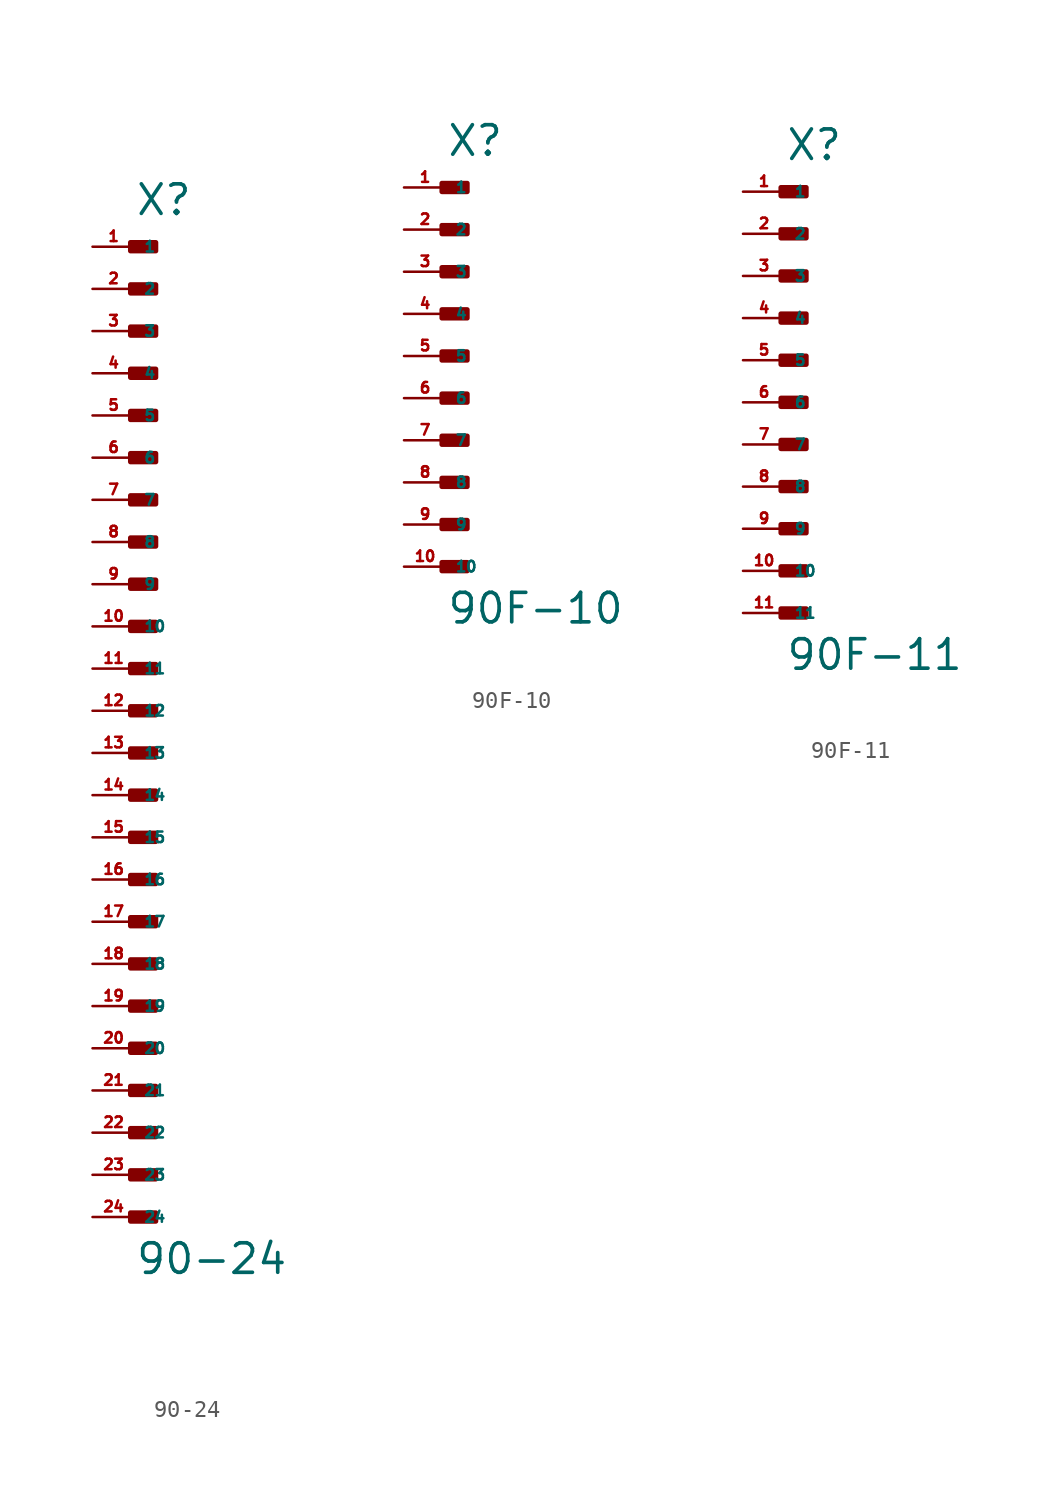
<source format=kicad_sym>
(kicad_symbol_lib
  (version 20220914)
  (generator Eagle2Kicad)
  (symbol "90-24"
    (property "Reference" "X"
      (at 0 29.718 0)
      (effects (font (size 1.778 1.778) (thickness 0.22)) (justify left bottom)))
    (property "Value" "90-24"
      (at 0 -34.036 0)
      (effects (font (size 1.778 1.778) (thickness 0.22)) (justify left bottom)))
    (rectangle
      (start -0.254 27.686)
      (end 1.27 28.194)
      (stroke (width 0.3) (type default))
      (fill (type outline)))
    (rectangle
      (start -0.254 25.146)
      (end 1.27 25.654)
      (stroke (width 0.3) (type default))
      (fill (type outline)))
    (rectangle
      (start -0.254 22.606)
      (end 1.27 23.114)
      (stroke (width 0.3) (type default))
      (fill (type outline)))
    (rectangle
      (start -0.254 20.066)
      (end 1.27 20.574)
      (stroke (width 0.3) (type default))
      (fill (type outline)))
    (rectangle
      (start -0.254 17.526)
      (end 1.27 18.034)
      (stroke (width 0.3) (type default))
      (fill (type outline)))
    (rectangle
      (start -0.254 14.986)
      (end 1.27 15.494)
      (stroke (width 0.3) (type default))
      (fill (type outline)))
    (rectangle
      (start -0.254 12.446)
      (end 1.27 12.954)
      (stroke (width 0.3) (type default))
      (fill (type outline)))
    (rectangle
      (start -0.254 9.906)
      (end 1.27 10.414)
      (stroke (width 0.3) (type default))
      (fill (type outline)))
    (rectangle
      (start -0.254 7.366)
      (end 1.27 7.874)
      (stroke (width 0.3) (type default))
      (fill (type outline)))
    (rectangle
      (start -0.254 4.826)
      (end 1.27 5.334)
      (stroke (width 0.3) (type default))
      (fill (type outline)))
    (rectangle
      (start -0.254 2.286)
      (end 1.27 2.794)
      (stroke (width 0.3) (type default))
      (fill (type outline)))
    (rectangle
      (start -0.254 -0.254)
      (end 1.27 0.254)
      (stroke (width 0.3) (type default))
      (fill (type outline)))
    (rectangle
      (start -0.254 -2.794)
      (end 1.27 -2.286)
      (stroke (width 0.3) (type default))
      (fill (type outline)))
    (rectangle
      (start -0.254 -5.334)
      (end 1.27 -4.826)
      (stroke (width 0.3) (type default))
      (fill (type outline)))
    (rectangle
      (start -0.254 -7.874)
      (end 1.27 -7.366)
      (stroke (width 0.3) (type default))
      (fill (type outline)))
    (rectangle
      (start -0.254 -10.414)
      (end 1.27 -9.906)
      (stroke (width 0.3) (type default))
      (fill (type outline)))
    (rectangle
      (start -0.254 -12.954)
      (end 1.27 -12.446)
      (stroke (width 0.3) (type default))
      (fill (type outline)))
    (rectangle
      (start -0.254 -15.494)
      (end 1.27 -14.986)
      (stroke (width 0.3) (type default))
      (fill (type outline)))
    (rectangle
      (start -0.254 -18.034)
      (end 1.27 -17.526)
      (stroke (width 0.3) (type default))
      (fill (type outline)))
    (rectangle
      (start -0.254 -20.574)
      (end 1.27 -20.066)
      (stroke (width 0.3) (type default))
      (fill (type outline)))
    (rectangle
      (start -0.254 -23.114)
      (end 1.27 -22.606)
      (stroke (width 0.3) (type default))
      (fill (type outline)))
    (rectangle
      (start -0.254 -25.654)
      (end 1.27 -25.146)
      (stroke (width 0.3) (type default))
      (fill (type outline)))
    (rectangle
      (start -0.254 -28.194)
      (end 1.27 -27.686)
      (stroke (width 0.3) (type default))
      (fill (type outline)))
    (rectangle
      (start -0.254 -30.734)
      (end 1.27 -30.226)
      (stroke (width 0.3) (type default))
      (fill (type outline)))
    (pin passive line
      (at -2.54 27.94 0)
      (length 2.54)
      (name "1" (effects (font (size 0.635 0.635) (thickness 0.08)) (justify left bottom)))
      (number "1" (effects (font (size 0.635 0.635) (thickness 0.08)) (justify left bottom))))
    (pin passive line
      (at -2.54 25.4 0)
      (length 2.54)
      (name "2" (effects (font (size 0.635 0.635) (thickness 0.08)) (justify left bottom)))
      (number "2" (effects (font (size 0.635 0.635) (thickness 0.08)) (justify left bottom))))
    (pin passive line
      (at -2.54 22.86 0)
      (length 2.54)
      (name "3" (effects (font (size 0.635 0.635) (thickness 0.08)) (justify left bottom)))
      (number "3" (effects (font (size 0.635 0.635) (thickness 0.08)) (justify left bottom))))
    (pin passive line
      (at -2.54 20.32 0)
      (length 2.54)
      (name "4" (effects (font (size 0.635 0.635) (thickness 0.08)) (justify left bottom)))
      (number "4" (effects (font (size 0.635 0.635) (thickness 0.08)) (justify left bottom))))
    (pin passive line
      (at -2.54 17.78 0)
      (length 2.54)
      (name "5" (effects (font (size 0.635 0.635) (thickness 0.08)) (justify left bottom)))
      (number "5" (effects (font (size 0.635 0.635) (thickness 0.08)) (justify left bottom))))
    (pin passive line
      (at -2.54 15.24 0)
      (length 2.54)
      (name "6" (effects (font (size 0.635 0.635) (thickness 0.08)) (justify left bottom)))
      (number "6" (effects (font (size 0.635 0.635) (thickness 0.08)) (justify left bottom))))
    (pin passive line
      (at -2.54 12.7 0)
      (length 2.54)
      (name "7" (effects (font (size 0.635 0.635) (thickness 0.08)) (justify left bottom)))
      (number "7" (effects (font (size 0.635 0.635) (thickness 0.08)) (justify left bottom))))
    (pin passive line
      (at -2.54 10.16 0)
      (length 2.54)
      (name "8" (effects (font (size 0.635 0.635) (thickness 0.08)) (justify left bottom)))
      (number "8" (effects (font (size 0.635 0.635) (thickness 0.08)) (justify left bottom))))
    (pin passive line
      (at -2.54 7.62 0)
      (length 2.54)
      (name "9" (effects (font (size 0.635 0.635) (thickness 0.08)) (justify left bottom)))
      (number "9" (effects (font (size 0.635 0.635) (thickness 0.08)) (justify left bottom))))
    (pin passive line
      (at -2.54 5.08 0)
      (length 2.54)
      (name "10" (effects (font (size 0.635 0.635) (thickness 0.08)) (justify left bottom)))
      (number "10" (effects (font (size 0.635 0.635) (thickness 0.08)) (justify left bottom))))
    (pin passive line
      (at -2.54 2.54 0)
      (length 2.54)
      (name "11" (effects (font (size 0.635 0.635) (thickness 0.08)) (justify left bottom)))
      (number "11" (effects (font (size 0.635 0.635) (thickness 0.08)) (justify left bottom))))
    (pin passive line
      (at -2.54 0 0)
      (length 2.54)
      (name "12" (effects (font (size 0.635 0.635) (thickness 0.08)) (justify left bottom)))
      (number "12" (effects (font (size 0.635 0.635) (thickness 0.08)) (justify left bottom))))
    (pin passive line
      (at -2.54 -2.54 0)
      (length 2.54)
      (name "13" (effects (font (size 0.635 0.635) (thickness 0.08)) (justify left bottom)))
      (number "13" (effects (font (size 0.635 0.635) (thickness 0.08)) (justify left bottom))))
    (pin passive line
      (at -2.54 -5.08 0)
      (length 2.54)
      (name "14" (effects (font (size 0.635 0.635) (thickness 0.08)) (justify left bottom)))
      (number "14" (effects (font (size 0.635 0.635) (thickness 0.08)) (justify left bottom))))
    (pin passive line
      (at -2.54 -7.62 0)
      (length 2.54)
      (name "15" (effects (font (size 0.635 0.635) (thickness 0.08)) (justify left bottom)))
      (number "15" (effects (font (size 0.635 0.635) (thickness 0.08)) (justify left bottom))))
    (pin passive line
      (at -2.54 -10.16 0)
      (length 2.54)
      (name "16" (effects (font (size 0.635 0.635) (thickness 0.08)) (justify left bottom)))
      (number "16" (effects (font (size 0.635 0.635) (thickness 0.08)) (justify left bottom))))
    (pin passive line
      (at -2.54 -12.7 0)
      (length 2.54)
      (name "17" (effects (font (size 0.635 0.635) (thickness 0.08)) (justify left bottom)))
      (number "17" (effects (font (size 0.635 0.635) (thickness 0.08)) (justify left bottom))))
    (pin passive line
      (at -2.54 -15.24 0)
      (length 2.54)
      (name "18" (effects (font (size 0.635 0.635) (thickness 0.08)) (justify left bottom)))
      (number "18" (effects (font (size 0.635 0.635) (thickness 0.08)) (justify left bottom))))
    (pin passive line
      (at -2.54 -17.78 0)
      (length 2.54)
      (name "19" (effects (font (size 0.635 0.635) (thickness 0.08)) (justify left bottom)))
      (number "19" (effects (font (size 0.635 0.635) (thickness 0.08)) (justify left bottom))))
    (pin passive line
      (at -2.54 -20.32 0)
      (length 2.54)
      (name "20" (effects (font (size 0.635 0.635) (thickness 0.08)) (justify left bottom)))
      (number "20" (effects (font (size 0.635 0.635) (thickness 0.08)) (justify left bottom))))
    (pin passive line
      (at -2.54 -22.86 0)
      (length 2.54)
      (name "21" (effects (font (size 0.635 0.635) (thickness 0.08)) (justify left bottom)))
      (number "21" (effects (font (size 0.635 0.635) (thickness 0.08)) (justify left bottom))))
    (pin passive line
      (at -2.54 -25.4 0)
      (length 2.54)
      (name "22" (effects (font (size 0.635 0.635) (thickness 0.08)) (justify left bottom)))
      (number "22" (effects (font (size 0.635 0.635) (thickness 0.08)) (justify left bottom))))
    (pin passive line
      (at -2.54 -27.94 0)
      (length 2.54)
      (name "23" (effects (font (size 0.635 0.635) (thickness 0.08)) (justify left bottom)))
      (number "23" (effects (font (size 0.635 0.635) (thickness 0.08)) (justify left bottom))))
    (pin passive line
      (at -2.54 -30.48 0)
      (length 2.54)
      (name "24" (effects (font (size 0.635 0.635) (thickness 0.08)) (justify left bottom)))
      (number "24" (effects (font (size 0.635 0.635) (thickness 0.08)) (justify left bottom)))))
  (symbol "90F-10"
    (property "Reference" "X"
      (at 0 11.938 0)
      (effects (font (size 1.778 1.778) (thickness 0.22)) (justify left bottom)))
    (property "Value" "90F-10"
      (at 0 -16.256 0)
      (effects (font (size 1.778 1.778) (thickness 0.22)) (justify left bottom)))
    (rectangle
      (start -0.254 9.906)
      (end 1.27 10.414)
      (stroke (width 0.3) (type default))
      (fill (type outline)))
    (rectangle
      (start -0.254 7.366)
      (end 1.27 7.874)
      (stroke (width 0.3) (type default))
      (fill (type outline)))
    (rectangle
      (start -0.254 4.826)
      (end 1.27 5.334)
      (stroke (width 0.3) (type default))
      (fill (type outline)))
    (rectangle
      (start -0.254 2.286)
      (end 1.27 2.794)
      (stroke (width 0.3) (type default))
      (fill (type outline)))
    (rectangle
      (start -0.254 -0.254)
      (end 1.27 0.254)
      (stroke (width 0.3) (type default))
      (fill (type outline)))
    (rectangle
      (start -0.254 -2.794)
      (end 1.27 -2.286)
      (stroke (width 0.3) (type default))
      (fill (type outline)))
    (rectangle
      (start -0.254 -5.334)
      (end 1.27 -4.826)
      (stroke (width 0.3) (type default))
      (fill (type outline)))
    (rectangle
      (start -0.254 -7.874)
      (end 1.27 -7.366)
      (stroke (width 0.3) (type default))
      (fill (type outline)))
    (rectangle
      (start -0.254 -10.414)
      (end 1.27 -9.906)
      (stroke (width 0.3) (type default))
      (fill (type outline)))
    (rectangle
      (start -0.254 -12.954)
      (end 1.27 -12.446)
      (stroke (width 0.3) (type default))
      (fill (type outline)))
    (pin passive line
      (at -2.54 10.16 0)
      (length 2.54)
      (name "1" (effects (font (size 0.635 0.635) (thickness 0.08)) (justify left bottom)))
      (number "1" (effects (font (size 0.635 0.635) (thickness 0.08)) (justify left bottom))))
    (pin passive line
      (at -2.54 7.62 0)
      (length 2.54)
      (name "2" (effects (font (size 0.635 0.635) (thickness 0.08)) (justify left bottom)))
      (number "2" (effects (font (size 0.635 0.635) (thickness 0.08)) (justify left bottom))))
    (pin passive line
      (at -2.54 5.08 0)
      (length 2.54)
      (name "3" (effects (font (size 0.635 0.635) (thickness 0.08)) (justify left bottom)))
      (number "3" (effects (font (size 0.635 0.635) (thickness 0.08)) (justify left bottom))))
    (pin passive line
      (at -2.54 2.54 0)
      (length 2.54)
      (name "4" (effects (font (size 0.635 0.635) (thickness 0.08)) (justify left bottom)))
      (number "4" (effects (font (size 0.635 0.635) (thickness 0.08)) (justify left bottom))))
    (pin passive line
      (at -2.54 0 0)
      (length 2.54)
      (name "5" (effects (font (size 0.635 0.635) (thickness 0.08)) (justify left bottom)))
      (number "5" (effects (font (size 0.635 0.635) (thickness 0.08)) (justify left bottom))))
    (pin passive line
      (at -2.54 -2.54 0)
      (length 2.54)
      (name "6" (effects (font (size 0.635 0.635) (thickness 0.08)) (justify left bottom)))
      (number "6" (effects (font (size 0.635 0.635) (thickness 0.08)) (justify left bottom))))
    (pin passive line
      (at -2.54 -5.08 0)
      (length 2.54)
      (name "7" (effects (font (size 0.635 0.635) (thickness 0.08)) (justify left bottom)))
      (number "7" (effects (font (size 0.635 0.635) (thickness 0.08)) (justify left bottom))))
    (pin passive line
      (at -2.54 -7.62 0)
      (length 2.54)
      (name "8" (effects (font (size 0.635 0.635) (thickness 0.08)) (justify left bottom)))
      (number "8" (effects (font (size 0.635 0.635) (thickness 0.08)) (justify left bottom))))
    (pin passive line
      (at -2.54 -10.16 0)
      (length 2.54)
      (name "9" (effects (font (size 0.635 0.635) (thickness 0.08)) (justify left bottom)))
      (number "9" (effects (font (size 0.635 0.635) (thickness 0.08)) (justify left bottom))))
    (pin passive line
      (at -2.54 -12.7 0)
      (length 2.54)
      (name "10" (effects (font (size 0.635 0.635) (thickness 0.08)) (justify left bottom)))
      (number "10" (effects (font (size 0.635 0.635) (thickness 0.08)) (justify left bottom)))))
  (symbol "90F-11"
    (property "Reference" "X"
      (at 0 14.478 0)
      (effects (font (size 1.778 1.778) (thickness 0.22)) (justify left bottom)))
    (property "Value" "90F-11"
      (at 0 -16.256 0)
      (effects (font (size 1.778 1.778) (thickness 0.22)) (justify left bottom)))
    (rectangle
      (start -0.254 12.446)
      (end 1.27 12.954)
      (stroke (width 0.3) (type default))
      (fill (type outline)))
    (rectangle
      (start -0.254 9.906)
      (end 1.27 10.414)
      (stroke (width 0.3) (type default))
      (fill (type outline)))
    (rectangle
      (start -0.254 7.366)
      (end 1.27 7.874)
      (stroke (width 0.3) (type default))
      (fill (type outline)))
    (rectangle
      (start -0.254 4.826)
      (end 1.27 5.334)
      (stroke (width 0.3) (type default))
      (fill (type outline)))
    (rectangle
      (start -0.254 2.286)
      (end 1.27 2.794)
      (stroke (width 0.3) (type default))
      (fill (type outline)))
    (rectangle
      (start -0.254 -0.254)
      (end 1.27 0.254)
      (stroke (width 0.3) (type default))
      (fill (type outline)))
    (rectangle
      (start -0.254 -2.794)
      (end 1.27 -2.286)
      (stroke (width 0.3) (type default))
      (fill (type outline)))
    (rectangle
      (start -0.254 -5.334)
      (end 1.27 -4.826)
      (stroke (width 0.3) (type default))
      (fill (type outline)))
    (rectangle
      (start -0.254 -7.874)
      (end 1.27 -7.366)
      (stroke (width 0.3) (type default))
      (fill (type outline)))
    (rectangle
      (start -0.254 -10.414)
      (end 1.27 -9.906)
      (stroke (width 0.3) (type default))
      (fill (type outline)))
    (rectangle
      (start -0.254 -12.954)
      (end 1.27 -12.446)
      (stroke (width 0.3) (type default))
      (fill (type outline)))
    (pin passive line
      (at -2.54 12.7 0)
      (length 2.54)
      (name "1" (effects (font (size 0.635 0.635) (thickness 0.08)) (justify left bottom)))
      (number "1" (effects (font (size 0.635 0.635) (thickness 0.08)) (justify left bottom))))
    (pin passive line
      (at -2.54 10.16 0)
      (length 2.54)
      (name "2" (effects (font (size 0.635 0.635) (thickness 0.08)) (justify left bottom)))
      (number "2" (effects (font (size 0.635 0.635) (thickness 0.08)) (justify left bottom))))
    (pin passive line
      (at -2.54 7.62 0)
      (length 2.54)
      (name "3" (effects (font (size 0.635 0.635) (thickness 0.08)) (justify left bottom)))
      (number "3" (effects (font (size 0.635 0.635) (thickness 0.08)) (justify left bottom))))
    (pin passive line
      (at -2.54 5.08 0)
      (length 2.54)
      (name "4" (effects (font (size 0.635 0.635) (thickness 0.08)) (justify left bottom)))
      (number "4" (effects (font (size 0.635 0.635) (thickness 0.08)) (justify left bottom))))
    (pin passive line
      (at -2.54 2.54 0)
      (length 2.54)
      (name "5" (effects (font (size 0.635 0.635) (thickness 0.08)) (justify left bottom)))
      (number "5" (effects (font (size 0.635 0.635) (thickness 0.08)) (justify left bottom))))
    (pin passive line
      (at -2.54 0 0)
      (length 2.54)
      (name "6" (effects (font (size 0.635 0.635) (thickness 0.08)) (justify left bottom)))
      (number "6" (effects (font (size 0.635 0.635) (thickness 0.08)) (justify left bottom))))
    (pin passive line
      (at -2.54 -2.54 0)
      (length 2.54)
      (name "7" (effects (font (size 0.635 0.635) (thickness 0.08)) (justify left bottom)))
      (number "7" (effects (font (size 0.635 0.635) (thickness 0.08)) (justify left bottom))))
    (pin passive line
      (at -2.54 -5.08 0)
      (length 2.54)
      (name "8" (effects (font (size 0.635 0.635) (thickness 0.08)) (justify left bottom)))
      (number "8" (effects (font (size 0.635 0.635) (thickness 0.08)) (justify left bottom))))
    (pin passive line
      (at -2.54 -7.62 0)
      (length 2.54)
      (name "9" (effects (font (size 0.635 0.635) (thickness 0.08)) (justify left bottom)))
      (number "9" (effects (font (size 0.635 0.635) (thickness 0.08)) (justify left bottom))))
    (pin passive line
      (at -2.54 -10.16 0)
      (length 2.54)
      (name "10" (effects (font (size 0.635 0.635) (thickness 0.08)) (justify left bottom)))
      (number "10" (effects (font (size 0.635 0.635) (thickness 0.08)) (justify left bottom))))
    (pin passive line
      (at -2.54 -12.7 0)
      (length 2.54)
      (name "11" (effects (font (size 0.635 0.635) (thickness 0.08)) (justify left bottom)))
      (number "11" (effects (font (size 0.635 0.635) (thickness 0.08)) (justify left bottom))))))
</source>
